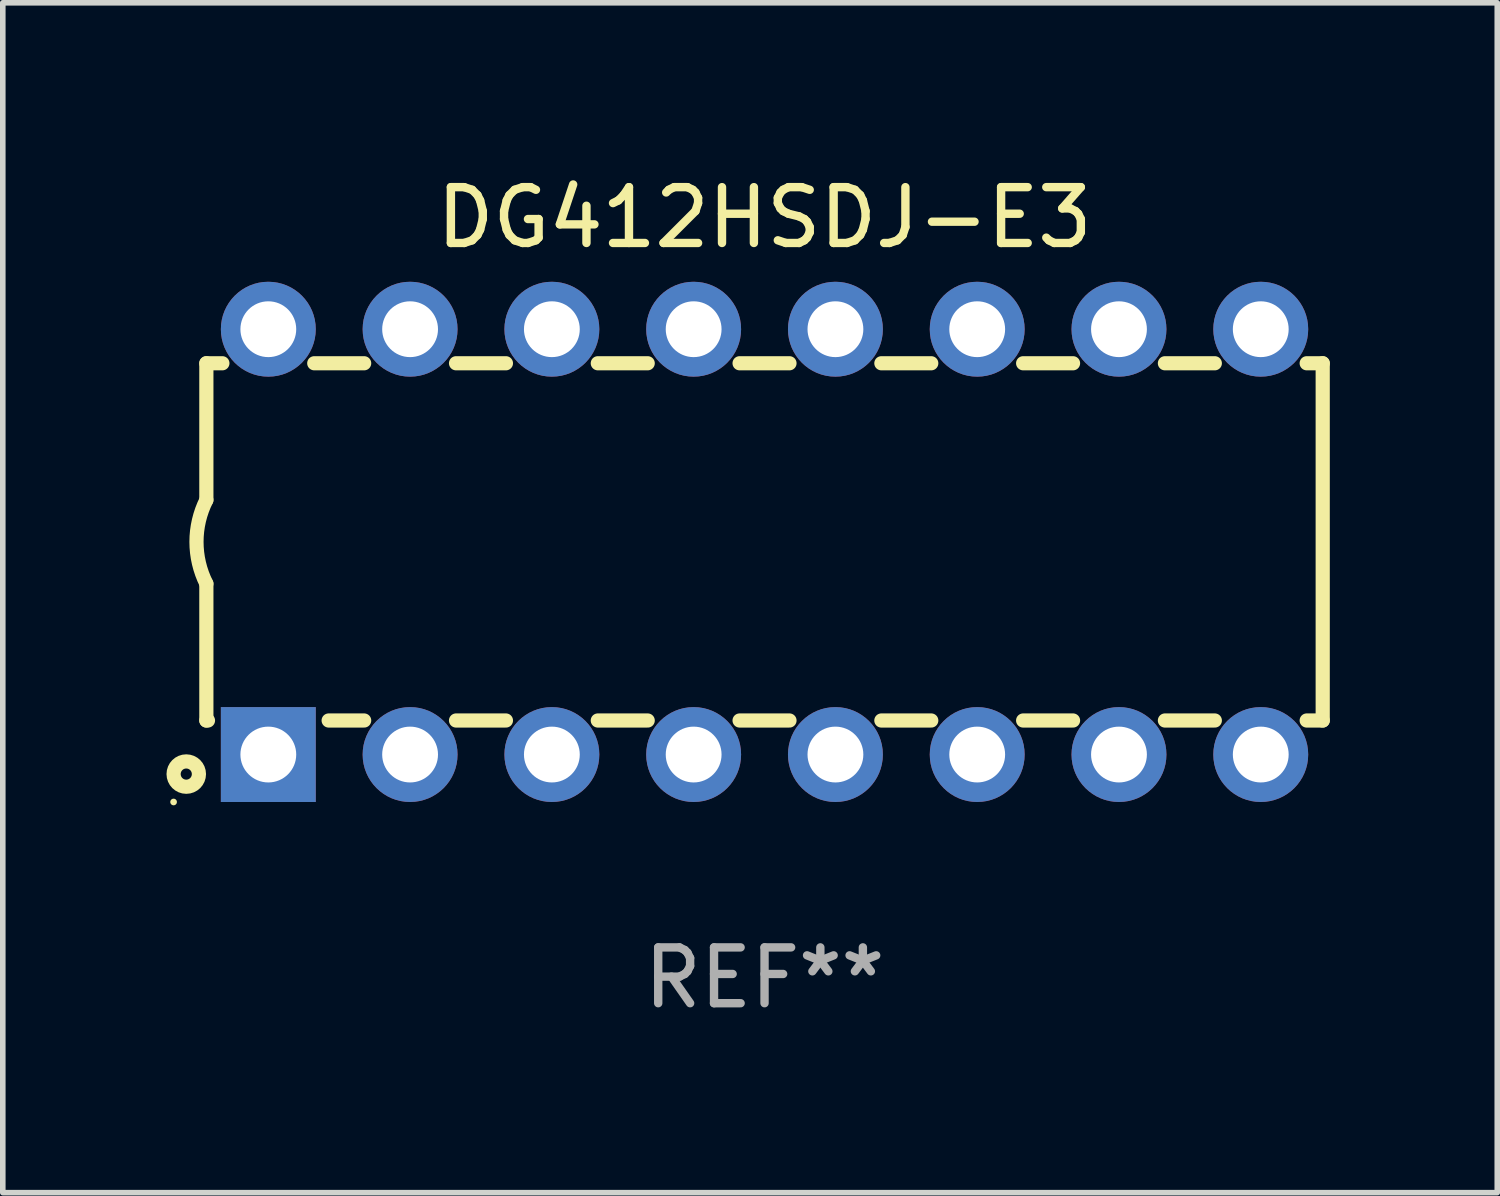
<source format=kicad_pcb>
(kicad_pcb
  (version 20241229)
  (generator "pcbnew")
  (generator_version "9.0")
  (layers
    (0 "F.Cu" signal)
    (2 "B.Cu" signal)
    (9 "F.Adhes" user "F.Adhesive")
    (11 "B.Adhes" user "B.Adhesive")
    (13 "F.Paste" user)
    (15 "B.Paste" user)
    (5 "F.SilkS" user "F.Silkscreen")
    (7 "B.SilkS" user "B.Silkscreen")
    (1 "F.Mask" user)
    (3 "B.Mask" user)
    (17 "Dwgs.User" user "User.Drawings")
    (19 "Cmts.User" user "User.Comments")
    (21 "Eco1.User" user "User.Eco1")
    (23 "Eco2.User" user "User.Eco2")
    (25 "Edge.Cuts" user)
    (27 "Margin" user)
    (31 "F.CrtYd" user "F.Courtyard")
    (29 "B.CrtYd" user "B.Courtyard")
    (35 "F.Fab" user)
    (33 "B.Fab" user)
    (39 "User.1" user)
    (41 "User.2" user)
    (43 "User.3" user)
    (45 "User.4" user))
  (footprint "DG412HSDJ-E3"
    (layer "F.Cu")
    (at 10.647 6.658)
    (property "Reference" "DG412HSDJ-E3" (at 0 -5.81 0) (layer "F.SilkS") (effects (font (size 1 1) (thickness 0.15))))
    (attr through_hole)
    (fp_line (start -10 -3.2) (end -10 -0.75) (stroke (width 0.254) (type solid)) (layer "F.SilkS"))
    (fp_line (start -10 -3.2) (end -9.713 -3.2) (stroke (width 0.254) (type solid)) (layer "F.SilkS"))
    (fp_line (start -10 3.2) (end -10 0.75) (stroke (width 0.254) (type solid)) (layer "F.SilkS"))
    (fp_line (start -10 3.2) (end -9.971 3.2) (stroke (width 0.254) (type solid)) (layer "F.SilkS"))
    (fp_line (start -8.067 -3.2) (end -7.173 -3.2) (stroke (width 0.254) (type solid)) (layer "F.SilkS"))
    (fp_line (start -7.809 3.2) (end -7.173 3.2) (stroke (width 0.254) (type solid)) (layer "F.SilkS"))
    (fp_line (start -5.527 3.2) (end -4.633 3.2) (stroke (width 0.254) (type solid)) (layer "F.SilkS"))
    (fp_line (start -5.527 -3.2) (end -4.633 -3.2) (stroke (width 0.254) (type solid)) (layer "F.SilkS"))
    (fp_line (start -2.987 3.2) (end -2.093 3.2) (stroke (width 0.254) (type solid)) (layer "F.SilkS"))
    (fp_line (start -2.987 -3.2) (end -2.093 -3.2) (stroke (width 0.254) (type solid)) (layer "F.SilkS"))
    (fp_line (start -0.447 3.2) (end 0.447 3.2) (stroke (width 0.254) (type solid)) (layer "F.SilkS"))
    (fp_line (start -0.447 -3.2) (end 0.447 -3.2) (stroke (width 0.254) (type solid)) (layer "F.SilkS"))
    (fp_line (start 2.093 3.2) (end 2.987 3.2) (stroke (width 0.254) (type solid)) (layer "F.SilkS"))
    (fp_line (start 2.093 -3.2) (end 2.987 -3.2) (stroke (width 0.254) (type solid)) (layer "F.SilkS"))
    (fp_line (start 4.633 3.2) (end 5.527 3.2) (stroke (width 0.254) (type solid)) (layer "F.SilkS"))
    (fp_line (start 4.633 -3.2) (end 5.527 -3.2) (stroke (width 0.254) (type solid)) (layer "F.SilkS"))
    (fp_line (start 7.173 3.2) (end 8.067 3.2) (stroke (width 0.254) (type solid)) (layer "F.SilkS"))
    (fp_line (start 7.173 -3.2) (end 8.067 -3.2) (stroke (width 0.254) (type solid)) (layer "F.SilkS"))
    (fp_line (start 9.713 3.2) (end 10 3.2) (stroke (width 0.254) (type solid)) (layer "F.SilkS"))
    (fp_line (start 9.713 -3.2) (end 10 -3.2) (stroke (width 0.254) (type solid)) (layer "F.SilkS"))
    (fp_line (start 10 -3.2) (end 10 3.2) (stroke (width 0.254) (type solid)) (layer "F.SilkS"))
    (fp_arc (start -10 0.748793) (mid -10.176918 -0.000607) (end -10.000025 -0.750013) (stroke (width 0.254001) (type solid)) (layer "F.SilkS"))
    (fp_circle (center -10.587 4.66) (end -10.557 4.66) (stroke (width 0.06) (type solid)) (fill no) (layer "F.SilkS"))
    (fp_circle (center -10.36 4.16) (end -10.26 4.16) (stroke (width 0.254) (type solid)) (fill no) (layer "F.SilkS"))
    (fp_text user "REF**" (at 0 7.81 0) (layer "F.Fab") (effects (font (size 1 1) (thickness 0.15))))
    (pad "1" thru_hole rect (at -8.89 3.81 90) (size 1.7 1.7) (drill 1) (layers "*.Cu" "*.Mask"))
    (pad "2" thru_hole circle (at -6.35 3.81) (size 1.7 1.7) (drill 1) (layers "*.Cu" "*.Mask"))
    (pad "3" thru_hole circle (at -3.81 3.81) (size 1.7 1.7) (drill 1) (layers "*.Cu" "*.Mask"))
    (pad "4" thru_hole circle (at -1.27 3.81) (size 1.7 1.7) (drill 1) (layers "*.Cu" "*.Mask"))
    (pad "5" thru_hole circle (at 1.27 3.81) (size 1.7 1.7) (drill 1) (layers "*.Cu" "*.Mask"))
    (pad "6" thru_hole circle (at 3.81 3.81) (size 1.7 1.7) (drill 1) (layers "*.Cu" "*.Mask"))
    (pad "7" thru_hole circle (at 6.35 3.81) (size 1.7 1.7) (drill 1) (layers "*.Cu" "*.Mask"))
    (pad "8" thru_hole circle (at 8.89 3.81) (size 1.7 1.7) (drill 1) (layers "*.Cu" "*.Mask"))
    (pad "9" thru_hole circle (at 8.89 -3.81) (size 1.7 1.7) (drill 1) (layers "*.Cu" "*.Mask"))
    (pad "10" thru_hole circle (at 6.35 -3.81) (size 1.7 1.7) (drill 1) (layers "*.Cu" "*.Mask"))
    (pad "11" thru_hole circle (at 3.81 -3.81) (size 1.7 1.7) (drill 1) (layers "*.Cu" "*.Mask"))
    (pad "12" thru_hole circle (at 1.27 -3.81) (size 1.7 1.7) (drill 1) (layers "*.Cu" "*.Mask"))
    (pad "13" thru_hole circle (at -1.27 -3.81) (size 1.7 1.7) (drill 1) (layers "*.Cu" "*.Mask"))
    (pad "14" thru_hole circle (at -3.81 -3.81) (size 1.7 1.7) (drill 1) (layers "*.Cu" "*.Mask"))
    (pad "15" thru_hole circle (at -6.35 -3.81) (size 1.7 1.7) (drill 1) (layers "*.Cu" "*.Mask"))
    (pad "16" thru_hole circle (at -8.89 -3.81) (size 1.7 1.7) (drill 1) (layers "*.Cu" "*.Mask")))
  (gr_rect
    (start -3 -3)
    (end 23.774 18.317)
    (stroke (width 0.1) (type default))
    (fill no)
    (layer "Edge.Cuts")))
</source>
